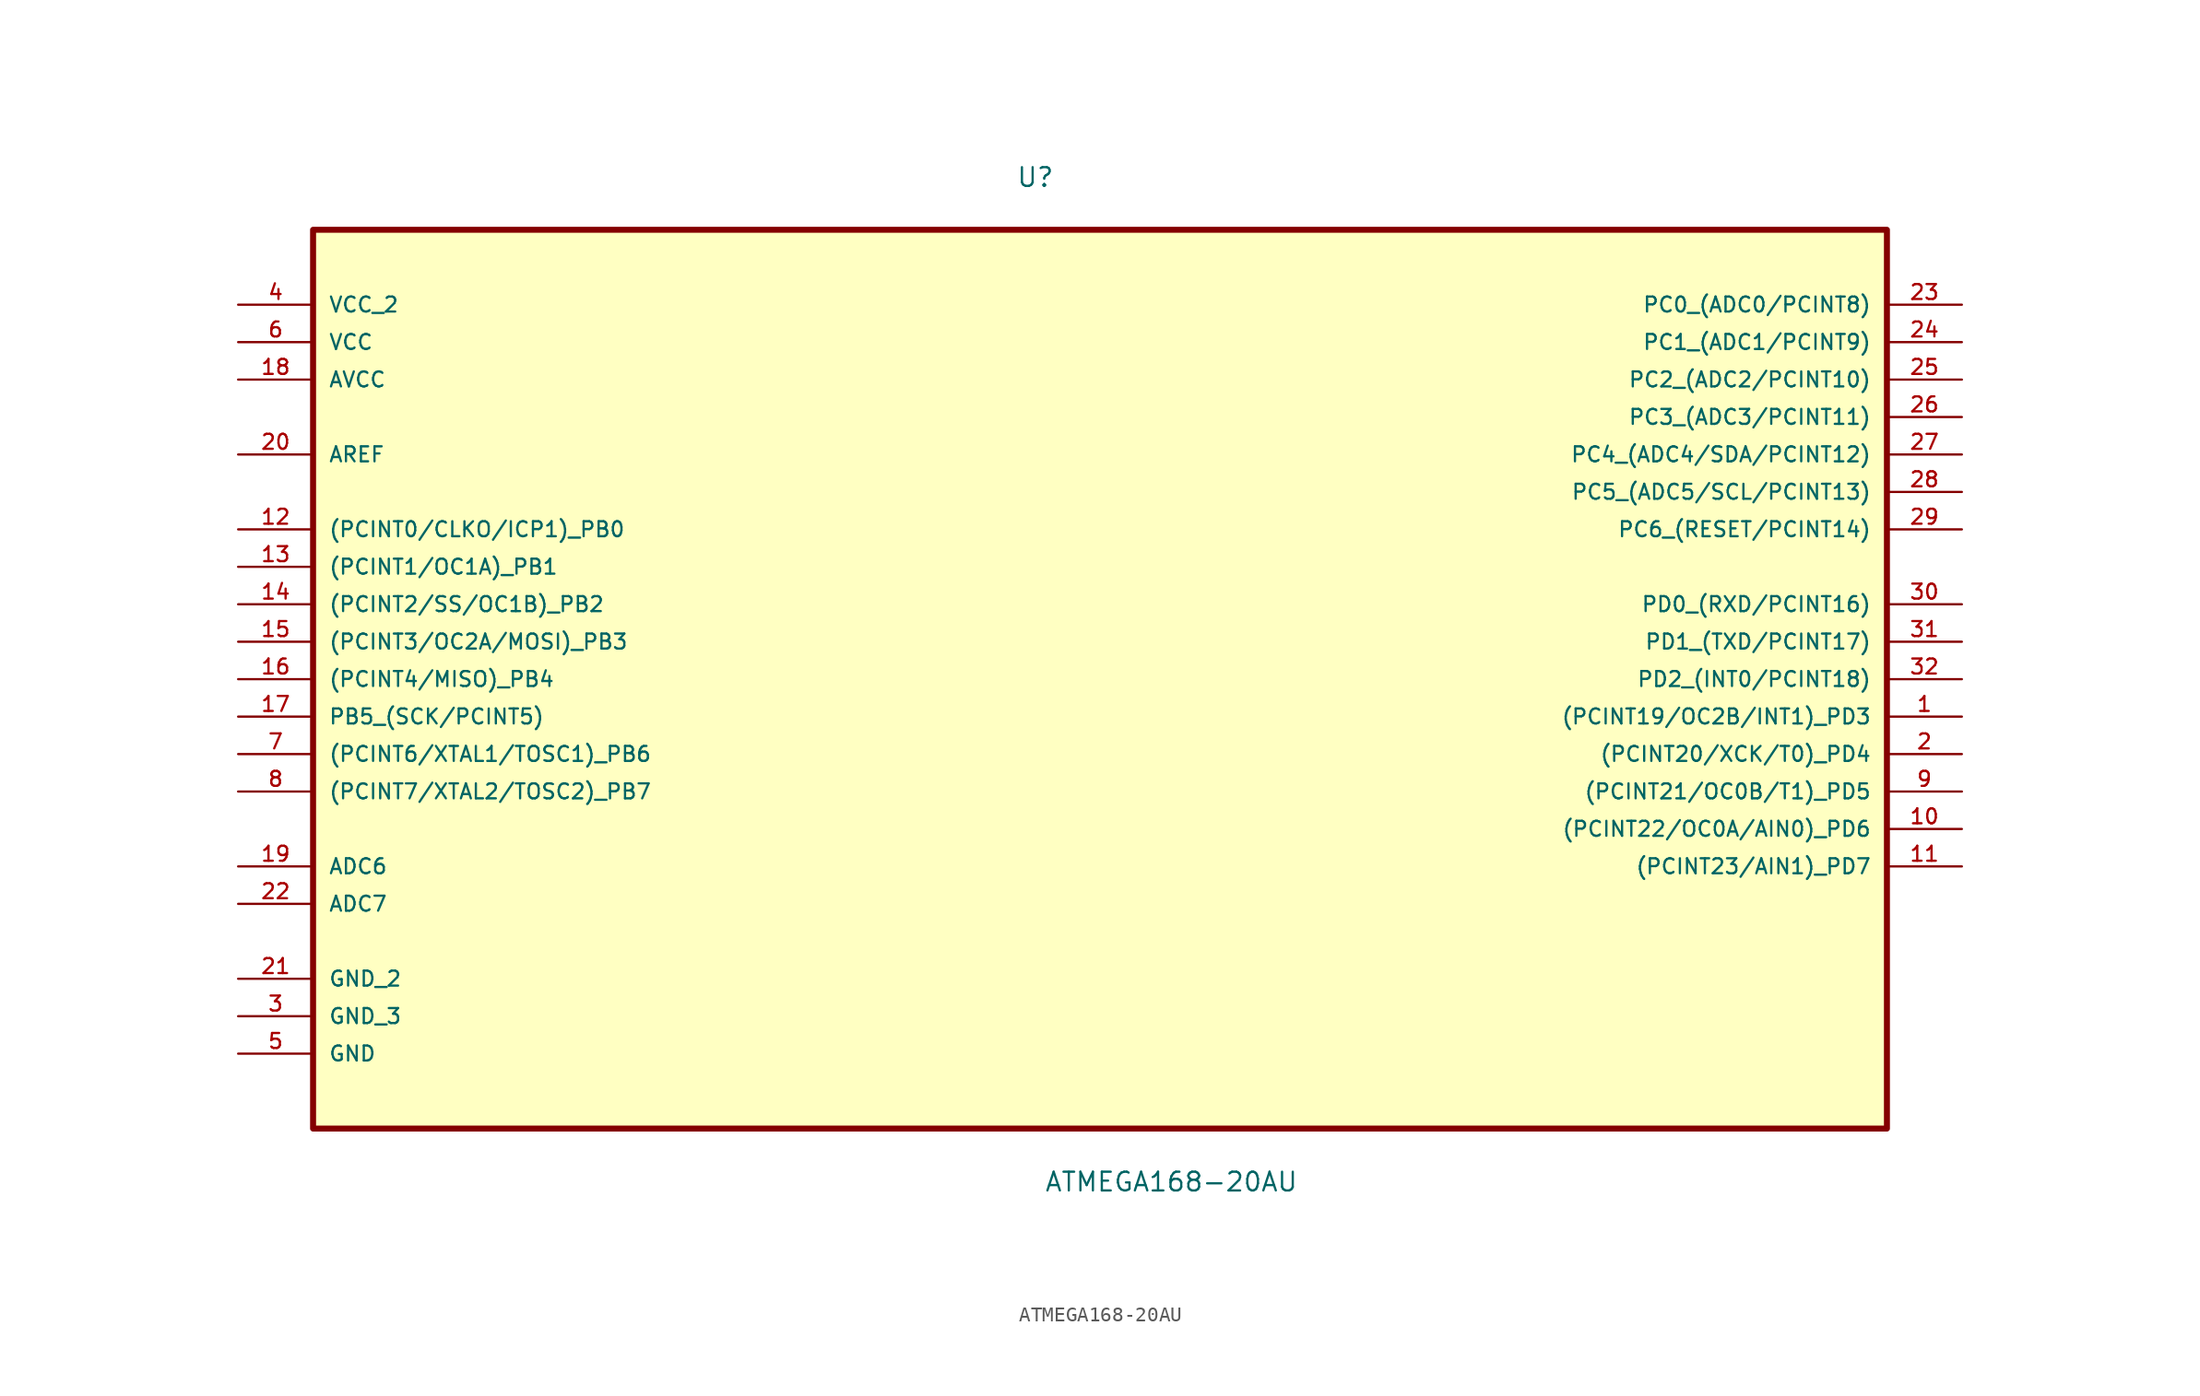
<source format=kicad_sym>
(kicad_symbol_lib
  (version 20211014)
  (generator kicad_symbol_editor)
  (symbol "ATMEGA168-20AU"
    (pin_names
      (offset 1.016))
    (property "Reference" "U"
      (at -5.694 30.756 0.0)
      (effects (font (size 1.27 1.27)) (justify bottom left)))
    (property "Value" "ATMEGA168-20AU"
      (at -3.786 -37.38 0.0)
      (effects (font (size 1.27 1.27)) (justify bottom left)))
    (symbol "ATMEGA168-20AU_0_0"
      (rectangle (start -53.34 -33.02) (end 53.34 27.94) (stroke (width 0.406)) (fill (type background)))
      (pin power_in line (at -58.42 22.86 0) (length 5.08) (name "VCC_2" (effects (font (size 1.016 1.016)))) (number "4" (effects (font (size 1.016 1.016)))))
      (pin power_in line (at -58.42 20.32 0) (length 5.08) (name "VCC" (effects (font (size 1.016 1.016)))) (number "6" (effects (font (size 1.016 1.016)))))
      (pin power_in line (at -58.42 17.78 0) (length 5.08) (name "AVCC" (effects (font (size 1.016 1.016)))) (number "18" (effects (font (size 1.016 1.016)))))
      (pin input line (at -58.42 12.7 0) (length 5.08) (name "AREF" (effects (font (size 1.016 1.016)))) (number "20" (effects (font (size 1.016 1.016)))))
      (pin bidirectional line (at -58.42 7.62 0) (length 5.08) (name "(PCINT0/CLKO/ICP1)_PB0" (effects (font (size 1.016 1.016)))) (number "12" (effects (font (size 1.016 1.016)))))
      (pin bidirectional line (at -58.42 5.08 0) (length 5.08) (name "(PCINT1/OC1A)_PB1" (effects (font (size 1.016 1.016)))) (number "13" (effects (font (size 1.016 1.016)))))
      (pin bidirectional line (at -58.42 2.54 0) (length 5.08) (name "(PCINT2/SS/OC1B)_PB2" (effects (font (size 1.016 1.016)))) (number "14" (effects (font (size 1.016 1.016)))))
      (pin bidirectional line (at -58.42 0.0 0) (length 5.08) (name "(PCINT3/OC2A/MOSI)_PB3" (effects (font (size 1.016 1.016)))) (number "15" (effects (font (size 1.016 1.016)))))
      (pin bidirectional line (at -58.42 -2.54 0) (length 5.08) (name "(PCINT4/MISO)_PB4" (effects (font (size 1.016 1.016)))) (number "16" (effects (font (size 1.016 1.016)))))
      (pin bidirectional line (at -58.42 -5.08 0) (length 5.08) (name "PB5_(SCK/PCINT5)" (effects (font (size 1.016 1.016)))) (number "17" (effects (font (size 1.016 1.016)))))
      (pin bidirectional line (at -58.42 -7.62 0) (length 5.08) (name "(PCINT6/XTAL1/TOSC1)_PB6" (effects (font (size 1.016 1.016)))) (number "7" (effects (font (size 1.016 1.016)))))
      (pin bidirectional line (at -58.42 -10.16 0) (length 5.08) (name "(PCINT7/XTAL2/TOSC2)_PB7" (effects (font (size 1.016 1.016)))) (number "8" (effects (font (size 1.016 1.016)))))
      (pin input line (at -58.42 -15.24 0) (length 5.08) (name "ADC6" (effects (font (size 1.016 1.016)))) (number "19" (effects (font (size 1.016 1.016)))))
      (pin input line (at -58.42 -17.78 0) (length 5.08) (name "ADC7" (effects (font (size 1.016 1.016)))) (number "22" (effects (font (size 1.016 1.016)))))
      (pin passive line (at -58.42 -22.86 0) (length 5.08) (name "GND_2" (effects (font (size 1.016 1.016)))) (number "21" (effects (font (size 1.016 1.016)))))
      (pin passive line (at -58.42 -25.4 0) (length 5.08) (name "GND_3" (effects (font (size 1.016 1.016)))) (number "3" (effects (font (size 1.016 1.016)))))
      (pin passive line (at -58.42 -27.94 0) (length 5.08) (name "GND" (effects (font (size 1.016 1.016)))) (number "5" (effects (font (size 1.016 1.016)))))
      (pin bidirectional line (at 58.42 22.86 180.0) (length 5.08) (name "PC0_(ADC0/PCINT8)" (effects (font (size 1.016 1.016)))) (number "23" (effects (font (size 1.016 1.016)))))
      (pin bidirectional line (at 58.42 20.32 180.0) (length 5.08) (name "PC1_(ADC1/PCINT9)" (effects (font (size 1.016 1.016)))) (number "24" (effects (font (size 1.016 1.016)))))
      (pin bidirectional line (at 58.42 17.78 180.0) (length 5.08) (name "PC2_(ADC2/PCINT10)" (effects (font (size 1.016 1.016)))) (number "25" (effects (font (size 1.016 1.016)))))
      (pin bidirectional line (at 58.42 15.24 180.0) (length 5.08) (name "PC3_(ADC3/PCINT11)" (effects (font (size 1.016 1.016)))) (number "26" (effects (font (size 1.016 1.016)))))
      (pin bidirectional line (at 58.42 12.7 180.0) (length 5.08) (name "PC4_(ADC4/SDA/PCINT12)" (effects (font (size 1.016 1.016)))) (number "27" (effects (font (size 1.016 1.016)))))
      (pin bidirectional line (at 58.42 10.16 180.0) (length 5.08) (name "PC5_(ADC5/SCL/PCINT13)" (effects (font (size 1.016 1.016)))) (number "28" (effects (font (size 1.016 1.016)))))
      (pin bidirectional line (at 58.42 7.62 180.0) (length 5.08) (name "PC6_(RESET/PCINT14)" (effects (font (size 1.016 1.016)))) (number "29" (effects (font (size 1.016 1.016)))))
      (pin bidirectional line (at 58.42 2.54 180.0) (length 5.08) (name "PD0_(RXD/PCINT16)" (effects (font (size 1.016 1.016)))) (number "30" (effects (font (size 1.016 1.016)))))
      (pin bidirectional line (at 58.42 0.0 180.0) (length 5.08) (name "PD1_(TXD/PCINT17)" (effects (font (size 1.016 1.016)))) (number "31" (effects (font (size 1.016 1.016)))))
      (pin bidirectional line (at 58.42 -2.54 180.0) (length 5.08) (name "PD2_(INT0/PCINT18)" (effects (font (size 1.016 1.016)))) (number "32" (effects (font (size 1.016 1.016)))))
      (pin bidirectional line (at 58.42 -5.08 180.0) (length 5.08) (name "(PCINT19/OC2B/INT1)_PD3" (effects (font (size 1.016 1.016)))) (number "1" (effects (font (size 1.016 1.016)))))
      (pin bidirectional line (at 58.42 -7.62 180.0) (length 5.08) (name "(PCINT20/XCK/T0)_PD4" (effects (font (size 1.016 1.016)))) (number "2" (effects (font (size 1.016 1.016)))))
      (pin bidirectional line (at 58.42 -10.16 180.0) (length 5.08) (name "(PCINT21/OC0B/T1)_PD5" (effects (font (size 1.016 1.016)))) (number "9" (effects (font (size 1.016 1.016)))))
      (pin bidirectional line (at 58.42 -12.7 180.0) (length 5.08) (name "(PCINT22/OC0A/AIN0)_PD6" (effects (font (size 1.016 1.016)))) (number "10" (effects (font (size 1.016 1.016)))))
      (pin bidirectional line (at 58.42 -15.24 180.0) (length 5.08) (name "(PCINT23/AIN1)_PD7" (effects (font (size 1.016 1.016)))) (number "11" (effects (font (size 1.016 1.016))))))))
</source>
